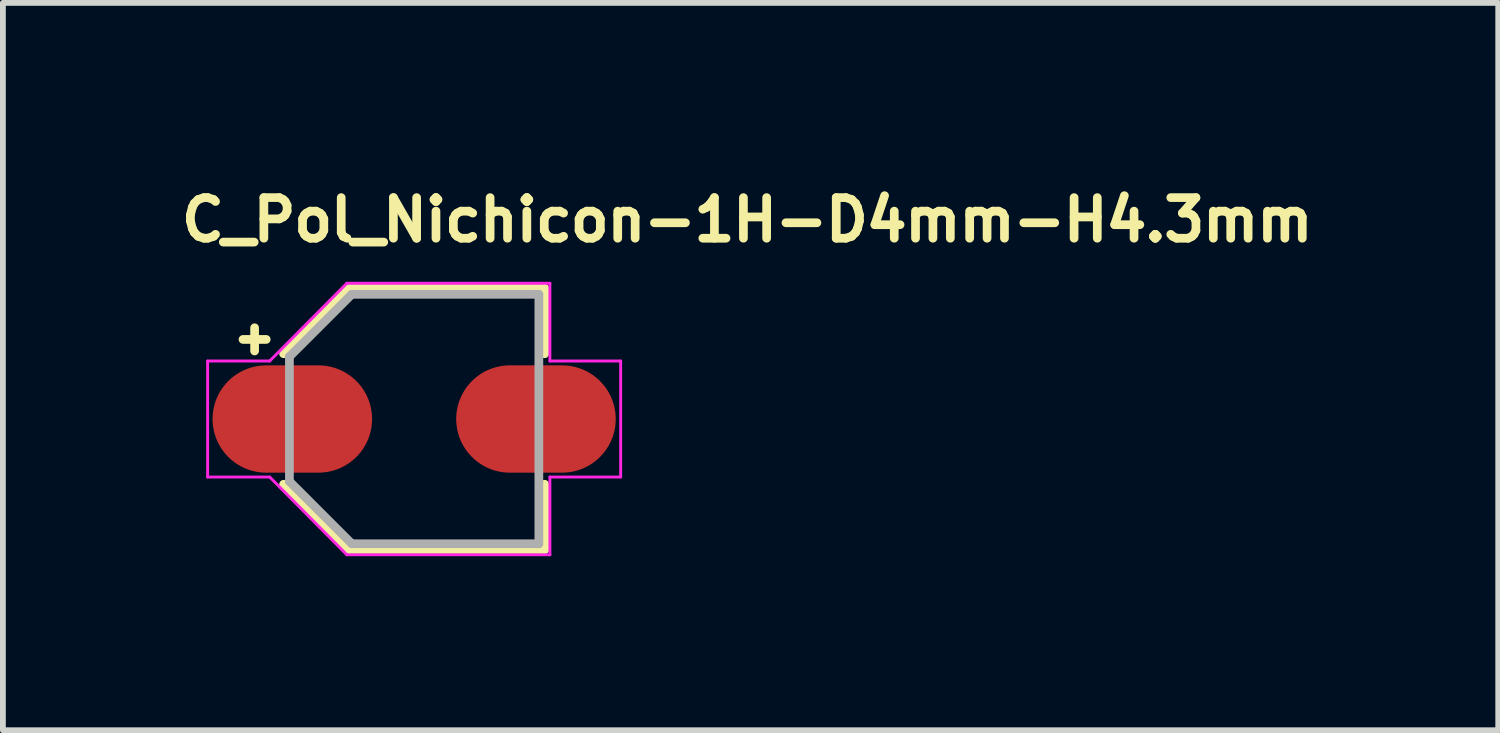
<source format=kicad_pcb>
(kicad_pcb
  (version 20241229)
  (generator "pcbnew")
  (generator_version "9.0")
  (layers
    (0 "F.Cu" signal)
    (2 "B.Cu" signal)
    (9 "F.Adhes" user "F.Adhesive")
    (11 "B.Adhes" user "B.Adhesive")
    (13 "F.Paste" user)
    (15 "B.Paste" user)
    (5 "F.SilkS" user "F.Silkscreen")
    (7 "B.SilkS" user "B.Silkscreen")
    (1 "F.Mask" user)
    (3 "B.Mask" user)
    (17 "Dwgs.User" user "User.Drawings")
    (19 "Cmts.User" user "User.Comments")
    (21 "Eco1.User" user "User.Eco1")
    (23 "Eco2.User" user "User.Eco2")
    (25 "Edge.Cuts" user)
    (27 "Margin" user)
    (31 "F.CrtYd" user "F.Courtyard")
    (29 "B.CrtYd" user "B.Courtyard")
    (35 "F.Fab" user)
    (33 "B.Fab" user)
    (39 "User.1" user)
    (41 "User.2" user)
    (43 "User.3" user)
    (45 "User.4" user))
  (footprint "C_Pol_Nichicon-1H-D4mm-H4.3mm"
    (layer "F.Cu")
    (at 4.089 4.173)
    (property "Reference" "C_Pol_Nichicon-1H-D4mm-H4.3mm" (at -4.089 -3.023 0) (layer "F.SilkS") (effects (font (size 0.7 0.7) (thickness 0.15)) (justify left bottom)))
    (attr smd)
    (fp_line (start -2.95 -1.372) (end -2.55 -1.372) (stroke (width 0.15) (type solid)) (layer "F.SilkS"))
    (fp_line (start -2.75 -1.573) (end -2.75 -1.173) (stroke (width 0.15) (type solid)) (layer "F.SilkS"))
    (fp_line (start -2.25 1.125) (end -1.125 2.25) (stroke (width 0.15) (type solid)) (layer "F.SilkS"))
    (fp_line (start -1.125 -2.25) (end -2.25 -1.125) (stroke (width 0.15) (type solid)) (layer "F.SilkS"))
    (fp_line (start -1.125 2.25) (end 2.25 2.25) (stroke (width 0.15) (type solid)) (layer "F.SilkS"))
    (fp_line (start 2.25 -2.25) (end -1.125 -2.25) (stroke (width 0.15) (type solid)) (layer "F.SilkS"))
    (fp_line (start 2.25 -1.125) (end 2.25 -2.25) (stroke (width 0.15) (type solid)) (layer "F.SilkS"))
    (fp_line (start 2.25 1.125) (end 2.25 2.25) (stroke (width 0.15) (type solid)) (layer "F.SilkS"))
    (fp_line (start -3.56 -1) (end -3.56 1) (stroke (width 0.05) (type solid)) (layer "F.CrtYd"))
    (fp_line (start -3.56 1) (end -2.49 1) (stroke (width 0.05) (type solid)) (layer "F.CrtYd"))
    (fp_line (start -2.49 -1) (end -3.56 -1) (stroke (width 0.05) (type solid)) (layer "F.CrtYd"))
    (fp_line (start -2.49 -1) (end -1.16 -2.34) (stroke (width 0.05) (type solid)) (layer "F.CrtYd"))
    (fp_line (start -2.49 1) (end -1.16 2.34) (stroke (width 0.05) (type solid)) (layer "F.CrtYd"))
    (fp_line (start 2.34 -2.34) (end -1.16 -2.34) (stroke (width 0.05) (type solid)) (layer "F.CrtYd"))
    (fp_line (start 2.34 -1) (end 2.34 -2.34) (stroke (width 0.05) (type solid)) (layer "F.CrtYd"))
    (fp_line (start 2.34 1) (end 3.56 1) (stroke (width 0.05) (type solid)) (layer "F.CrtYd"))
    (fp_line (start 2.34 2.34) (end -1.16 2.34) (stroke (width 0.05) (type solid)) (layer "F.CrtYd"))
    (fp_line (start 2.34 2.34) (end 2.34 1) (stroke (width 0.05) (type solid)) (layer "F.CrtYd"))
    (fp_line (start 3.56 -1) (end 2.34 -1) (stroke (width 0.05) (type solid)) (layer "F.CrtYd"))
    (fp_line (start 3.56 1) (end 3.56 -1) (stroke (width 0.05) (type solid)) (layer "F.CrtYd"))
    (fp_line (start -2.15 -1.075) (end -2.15 1.075) (stroke (width 0.15) (type solid)) (layer "F.Fab"))
    (fp_line (start -2.15 1.075) (end -1.075 2.15) (stroke (width 0.15) (type solid)) (layer "F.Fab"))
    (fp_line (start -1.075 -2.15) (end -2.15 -1.075) (stroke (width 0.15) (type solid)) (layer "F.Fab"))
    (fp_line (start -1.075 2.15) (end 2.15 2.15) (stroke (width 0.15) (type solid)) (layer "F.Fab"))
    (fp_line (start 2.15 -2.15) (end -1.075 -2.15) (stroke (width 0.15) (type solid)) (layer "F.Fab"))
    (fp_line (start 2.15 2.15) (end 2.15 -2.15) (stroke (width 0.15) (type solid)) (layer "F.Fab"))
    (fp_rect (start -2.75 -2.25) (end 2.75 2.25) (stroke (width 0.1) (type solid)) (fill no) (layer "User.5"))
    (fp_line (start -2.75 -0.4) (end -2.25 -0.4) (stroke (width 0.02) (type solid)) (layer "User.9"))
    (fp_line (start -2.75 0.4) (end -2.75 -0.4) (stroke (width 0.02) (type solid)) (layer "User.9"))
    (fp_line (start -2.75 0.4) (end -2.25 0.4) (stroke (width 0.02) (type solid)) (layer "User.9"))
    (fp_line (start -2.25 -1.125) (end -2.25 -0.586) (stroke (width 0.02) (type solid)) (layer "User.9"))
    (fp_line (start -2.25 -0.586) (end -2.25 0.586) (stroke (width 0.02) (type solid)) (layer "User.9"))
    (fp_line (start -2.25 0.586) (end -2.25 1.125) (stroke (width 0.02) (type solid)) (layer "User.9"))
    (fp_line (start -2.25 0.586) (end -2.205 0.736) (stroke (width 0.02) (type solid)) (layer "User.9"))
    (fp_line (start -2.25 1.125) (end -1.125 2.25) (stroke (width 0.02) (type solid)) (layer "User.9"))
    (fp_line (start -2.205 -0.736) (end -2.25 -0.586) (stroke (width 0.02) (type solid)) (layer "User.9"))
    (fp_line (start -2.205 0.736) (end -2.151 0.883) (stroke (width 0.02) (type solid)) (layer "User.9"))
    (fp_line (start -2.151 -0.883) (end -2.205 -0.736) (stroke (width 0.02) (type solid)) (layer "User.9"))
    (fp_line (start -2.151 0.883) (end -2.087 1.024) (stroke (width 0.02) (type solid)) (layer "User.9"))
    (fp_line (start -2.1 0) (end -2.1 0) (stroke (width 0.02) (type solid)) (layer "User.9"))
    (fp_line (start -2.1 0) (end -2.097 0.108) (stroke (width 0.02) (type solid)) (layer "User.9"))
    (fp_line (start -2.097 -0.108) (end -2.1 0) (stroke (width 0.02) (type solid)) (layer "User.9"))
    (fp_line (start -2.097 0.108) (end -2.089 0.215) (stroke (width 0.02) (type solid)) (layer "User.9"))
    (fp_line (start -2.089 -0.215) (end -2.097 -0.108) (stroke (width 0.02) (type solid)) (layer "User.9"))
    (fp_line (start -2.089 0.215) (end -2.076 0.32) (stroke (width 0.02) (type solid)) (layer "User.9"))
    (fp_line (start -2.087 -1.024) (end -2.151 -0.883) (stroke (width 0.02) (type solid)) (layer "User.9"))
    (fp_line (start -2.087 1.024) (end -2.015 1.16) (stroke (width 0.02) (type solid)) (layer "User.9"))
    (fp_line (start -2.076 -0.32) (end -2.089 -0.215) (stroke (width 0.02) (type solid)) (layer "User.9"))
    (fp_line (start -2.076 0.32) (end -2.057 0.423) (stroke (width 0.02) (type solid)) (layer "User.9"))
    (fp_line (start -2.057 -0.423) (end -2.076 -0.32) (stroke (width 0.02) (type solid)) (layer "User.9"))
    (fp_line (start -2.057 0.423) (end -2.034 0.525) (stroke (width 0.02) (type solid)) (layer "User.9"))
    (fp_line (start -2.034 -0.525) (end -2.057 -0.423) (stroke (width 0.02) (type solid)) (layer "User.9"))
    (fp_line (start -2.034 0.525) (end -2.006 0.624) (stroke (width 0.02) (type solid)) (layer "User.9"))
    (fp_line (start -2.015 -1.16) (end -2.087 -1.024) (stroke (width 0.02) (type solid)) (layer "User.9"))
    (fp_line (start -2.015 1.16) (end -1.934 1.29) (stroke (width 0.02) (type solid)) (layer "User.9"))
    (fp_line (start -2.006 -0.624) (end -2.034 -0.525) (stroke (width 0.02) (type solid)) (layer "User.9"))
    (fp_line (start -2.006 0.624) (end -1.973 0.722) (stroke (width 0.02) (type solid)) (layer "User.9"))
    (fp_line (start -1.973 -0.722) (end -2.006 -0.624) (stroke (width 0.02) (type solid)) (layer "User.9"))
    (fp_line (start -1.973 0.722) (end -1.935 0.817) (stroke (width 0.02) (type solid)) (layer "User.9"))
    (fp_line (start -1.935 -0.817) (end -1.973 -0.722) (stroke (width 0.02) (type solid)) (layer "User.9"))
    (fp_line (start -1.935 0.817) (end -1.893 0.91) (stroke (width 0.02) (type solid)) (layer "User.9"))
    (fp_line (start -1.934 -1.29) (end -2.015 -1.16) (stroke (width 0.02) (type solid)) (layer "User.9"))
    (fp_line (start -1.934 1.29) (end -1.845 1.415) (stroke (width 0.02) (type solid)) (layer "User.9"))
    (fp_line (start -1.893 -0.91) (end -1.935 -0.817) (stroke (width 0.02) (type solid)) (layer "User.9"))
    (fp_line (start -1.893 0.91) (end -1.847 1.001) (stroke (width 0.02) (type solid)) (layer "User.9"))
    (fp_line (start -1.847 -1.001) (end -1.893 -0.91) (stroke (width 0.02) (type solid)) (layer "User.9"))
    (fp_line (start -1.847 1.001) (end -1.796 1.089) (stroke (width 0.02) (type solid)) (layer "User.9"))
    (fp_line (start -1.845 -1.415) (end -1.934 -1.29) (stroke (width 0.02) (type solid)) (layer "User.9"))
    (fp_line (start -1.845 1.415) (end -1.748 1.533) (stroke (width 0.02) (type solid)) (layer "User.9"))
    (fp_line (start -1.796 -1.089) (end -1.847 -1.001) (stroke (width 0.02) (type solid)) (layer "User.9"))
    (fp_line (start -1.796 1.089) (end -1.741 1.174) (stroke (width 0.02) (type solid)) (layer "User.9"))
    (fp_line (start -1.748 -1.533) (end -1.845 -1.415) (stroke (width 0.02) (type solid)) (layer "User.9"))
    (fp_line (start -1.748 1.533) (end -1.644 1.644) (stroke (width 0.02) (type solid)) (layer "User.9"))
    (fp_line (start -1.741 -1.174) (end -1.796 -1.089) (stroke (width 0.02) (type solid)) (layer "User.9"))
    (fp_line (start -1.741 1.174) (end -1.683 1.256) (stroke (width 0.02) (type solid)) (layer "User.9"))
    (fp_line (start -1.683 -1.256) (end -1.741 -1.174) (stroke (width 0.02) (type solid)) (layer "User.9"))
    (fp_line (start -1.683 1.256) (end -1.62 1.336) (stroke (width 0.02) (type solid)) (layer "User.9"))
    (fp_line (start -1.644 -1.644) (end -1.748 -1.533) (stroke (width 0.02) (type solid)) (layer "User.9"))
    (fp_line (start -1.644 1.644) (end -1.533 1.748) (stroke (width 0.02) (type solid)) (layer "User.9"))
    (fp_line (start -1.62 -1.336) (end -1.683 -1.256) (stroke (width 0.02) (type solid)) (layer "User.9"))
    (fp_line (start -1.62 1.336) (end -1.554 1.412) (stroke (width 0.02) (type solid)) (layer "User.9"))
    (fp_line (start -1.554 -1.412) (end -1.62 -1.336) (stroke (width 0.02) (type solid)) (layer "User.9"))
    (fp_line (start -1.554 1.412) (end -1.485 1.485) (stroke (width 0.02) (type solid)) (layer "User.9"))
    (fp_line (start -1.533 -1.748) (end -1.644 -1.644) (stroke (width 0.02) (type solid)) (layer "User.9"))
    (fp_line (start -1.533 1.748) (end -1.415 1.845) (stroke (width 0.02) (type solid)) (layer "User.9"))
    (fp_line (start -1.485 -1.485) (end -1.554 -1.412) (stroke (width 0.02) (type solid)) (layer "User.9"))
    (fp_line (start -1.485 1.485) (end -1.412 1.554) (stroke (width 0.02) (type solid)) (layer "User.9"))
    (fp_line (start -1.415 -1.845) (end -1.533 -1.748) (stroke (width 0.02) (type solid)) (layer "User.9"))
    (fp_line (start -1.415 1.845) (end -1.29 1.934) (stroke (width 0.02) (type solid)) (layer "User.9"))
    (fp_line (start -1.412 -1.554) (end -1.485 -1.485) (stroke (width 0.02) (type solid)) (layer "User.9"))
    (fp_line (start -1.412 1.554) (end -1.336 1.62) (stroke (width 0.02) (type solid)) (layer "User.9"))
    (fp_line (start -1.336 -1.62) (end -1.412 -1.554) (stroke (width 0.02) (type solid)) (layer "User.9"))
    (fp_line (start -1.336 1.62) (end -1.256 1.683) (stroke (width 0.02) (type solid)) (layer "User.9"))
    (fp_line (start -1.29 -1.934) (end -1.415 -1.845) (stroke (width 0.02) (type solid)) (layer "User.9"))
    (fp_line (start -1.29 1.934) (end -1.16 2.015) (stroke (width 0.02) (type solid)) (layer "User.9"))
    (fp_line (start -1.256 -1.683) (end -1.336 -1.62) (stroke (width 0.02) (type solid)) (layer "User.9"))
    (fp_line (start -1.256 1.683) (end -1.174 1.741) (stroke (width 0.02) (type solid)) (layer "User.9"))
    (fp_line (start -1.174 -1.741) (end -1.256 -1.683) (stroke (width 0.02) (type solid)) (layer "User.9"))
    (fp_line (start -1.174 1.741) (end -1.089 1.796) (stroke (width 0.02) (type solid)) (layer "User.9"))
    (fp_line (start -1.16 -2.015) (end -1.29 -1.934) (stroke (width 0.02) (type solid)) (layer "User.9"))
    (fp_line (start -1.16 2.015) (end -1.024 2.087) (stroke (width 0.02) (type solid)) (layer "User.9"))
    (fp_line (start -1.125 -2.25) (end -2.25 -1.125) (stroke (width 0.02) (type solid)) (layer "User.9"))
    (fp_line (start -1.125 2.25) (end -0.586 2.25) (stroke (width 0.02) (type solid)) (layer "User.9"))
    (fp_line (start -1.089 -1.796) (end -1.174 -1.741) (stroke (width 0.02) (type solid)) (layer "User.9"))
    (fp_line (start -1.089 1.796) (end -1.001 1.847) (stroke (width 0.02) (type solid)) (layer "User.9"))
    (fp_line (start -1.024 -2.087) (end -1.16 -2.015) (stroke (width 0.02) (type solid)) (layer "User.9"))
    (fp_line (start -1.024 2.087) (end -0.883 2.151) (stroke (width 0.02) (type solid)) (layer "User.9"))
    (fp_line (start -1.001 -1.847) (end -1.089 -1.796) (stroke (width 0.02) (type solid)) (layer "User.9"))
    (fp_line (start -1.001 1.847) (end -0.91 1.893) (stroke (width 0.02) (type solid)) (layer "User.9"))
    (fp_line (start -0.91 -1.893) (end -1.001 -1.847) (stroke (width 0.02) (type solid)) (layer "User.9"))
    (fp_line (start -0.91 1.893) (end -0.817 1.935) (stroke (width 0.02) (type solid)) (layer "User.9"))
    (fp_line (start -0.883 -2.151) (end -1.024 -2.087) (stroke (width 0.02) (type solid)) (layer "User.9"))
    (fp_line (start -0.883 2.151) (end -0.736 2.205) (stroke (width 0.02) (type solid)) (layer "User.9"))
    (fp_line (start -0.817 -1.935) (end -0.91 -1.893) (stroke (width 0.02) (type solid)) (layer "User.9"))
    (fp_line (start -0.817 1.935) (end -0.722 1.973) (stroke (width 0.02) (type solid)) (layer "User.9"))
    (fp_line (start -0.736 -2.205) (end -0.883 -2.151) (stroke (width 0.02) (type solid)) (layer "User.9"))
    (fp_line (start -0.736 2.205) (end -0.586 2.25) (stroke (width 0.02) (type solid)) (layer "User.9"))
    (fp_line (start -0.722 -1.973) (end -0.817 -1.935) (stroke (width 0.02) (type solid)) (layer "User.9"))
    (fp_line (start -0.722 1.973) (end -0.624 2.006) (stroke (width 0.02) (type solid)) (layer "User.9"))
    (fp_line (start -0.624 -2.006) (end -0.722 -1.973) (stroke (width 0.02) (type solid)) (layer "User.9"))
    (fp_line (start -0.624 2.006) (end -0.525 2.034) (stroke (width 0.02) (type solid)) (layer "User.9"))
    (fp_line (start -0.586 -2.25) (end -1.125 -2.25) (stroke (width 0.02) (type solid)) (layer "User.9"))
    (fp_line (start -0.586 -2.25) (end -0.736 -2.205) (stroke (width 0.02) (type solid)) (layer "User.9"))
    (fp_line (start -0.586 2.25) (end 0.586 2.25) (stroke (width 0.02) (type solid)) (layer "User.9"))
    (fp_line (start -0.525 -2.034) (end -0.624 -2.006) (stroke (width 0.02) (type solid)) (layer "User.9"))
    (fp_line (start -0.525 2.034) (end -0.423 2.057) (stroke (width 0.02) (type solid)) (layer "User.9"))
    (fp_line (start -0.423 -2.057) (end -0.525 -2.034) (stroke (width 0.02) (type solid)) (layer "User.9"))
    (fp_line (start -0.423 2.057) (end -0.32 2.076) (stroke (width 0.02) (type solid)) (layer "User.9"))
    (fp_line (start -0.32 -2.076) (end -0.423 -2.057) (stroke (width 0.02) (type solid)) (layer "User.9"))
    (fp_line (start -0.32 2.076) (end -0.215 2.089) (stroke (width 0.02) (type solid)) (layer "User.9"))
    (fp_line (start -0.215 -2.089) (end -0.32 -2.076) (stroke (width 0.02) (type solid)) (layer "User.9"))
    (fp_line (start -0.215 2.089) (end -0.108 2.097) (stroke (width 0.02) (type solid)) (layer "User.9"))
    (fp_line (start -0.108 -2.097) (end -0.215 -2.089) (stroke (width 0.02) (type solid)) (layer "User.9"))
    (fp_line (start -0.108 2.097) (end 0 2.1) (stroke (width 0.02) (type solid)) (layer "User.9"))
    (fp_line (start 0 -2.1) (end -0.108 -2.097) (stroke (width 0.02) (type solid)) (layer "User.9"))
    (fp_line (start 0 -2.1) (end 0 -2.1) (stroke (width 0.02) (type solid)) (layer "User.9"))
    (fp_line (start 0 2.1) (end 0 2.1) (stroke (width 0.02) (type solid)) (layer "User.9"))
    (fp_line (start 0 2.1) (end 0.108 2.097) (stroke (width 0.02) (type solid)) (layer "User.9"))
    (fp_line (start 0.108 -2.097) (end 0 -2.1) (stroke (width 0.02) (type solid)) (layer "User.9"))
    (fp_line (start 0.108 2.097) (end 0.215 2.089) (stroke (width 0.02) (type solid)) (layer "User.9"))
    (fp_line (start 0.215 -2.089) (end 0.108 -2.097) (stroke (width 0.02) (type solid)) (layer "User.9"))
    (fp_line (start 0.215 2.089) (end 0.32 2.076) (stroke (width 0.02) (type solid)) (layer "User.9"))
    (fp_line (start 0.32 -2.076) (end 0.215 -2.089) (stroke (width 0.02) (type solid)) (layer "User.9"))
    (fp_line (start 0.32 2.076) (end 0.423 2.057) (stroke (width 0.02) (type solid)) (layer "User.9"))
    (fp_line (start 0.423 -2.057) (end 0.32 -2.076) (stroke (width 0.02) (type solid)) (layer "User.9"))
    (fp_line (start 0.423 2.057) (end 0.525 2.034) (stroke (width 0.02) (type solid)) (layer "User.9"))
    (fp_line (start 0.525 -2.034) (end 0.423 -2.057) (stroke (width 0.02) (type solid)) (layer "User.9"))
    (fp_line (start 0.525 2.034) (end 0.624 2.006) (stroke (width 0.02) (type solid)) (layer "User.9"))
    (fp_line (start 0.586 -2.25) (end -0.586 -2.25) (stroke (width 0.02) (type solid)) (layer "User.9"))
    (fp_line (start 0.586 2.25) (end 0.736 2.205) (stroke (width 0.02) (type solid)) (layer "User.9"))
    (fp_line (start 0.586 2.25) (end 2.25 2.25) (stroke (width 0.02) (type solid)) (layer "User.9"))
    (fp_line (start 0.624 -2.006) (end 0.525 -2.034) (stroke (width 0.02) (type solid)) (layer "User.9"))
    (fp_line (start 0.624 2.006) (end 0.722 1.973) (stroke (width 0.02) (type solid)) (layer "User.9"))
    (fp_line (start 0.722 -1.973) (end 0.624 -2.006) (stroke (width 0.02) (type solid)) (layer "User.9"))
    (fp_line (start 0.722 1.973) (end 0.817 1.935) (stroke (width 0.02) (type solid)) (layer "User.9"))
    (fp_line (start 0.736 -2.205) (end 0.586 -2.25) (stroke (width 0.02) (type solid)) (layer "User.9"))
    (fp_line (start 0.736 2.205) (end 0.883 2.151) (stroke (width 0.02) (type solid)) (layer "User.9"))
    (fp_line (start 0.817 -1.935) (end 0.722 -1.973) (stroke (width 0.02) (type solid)) (layer "User.9"))
    (fp_line (start 0.817 1.935) (end 0.91 1.893) (stroke (width 0.02) (type solid)) (layer "User.9"))
    (fp_line (start 0.883 -2.151) (end 0.736 -2.205) (stroke (width 0.02) (type solid)) (layer "User.9"))
    (fp_line (start 0.883 2.151) (end 1.024 2.087) (stroke (width 0.02) (type solid)) (layer "User.9"))
    (fp_line (start 0.91 -1.893) (end 0.817 -1.935) (stroke (width 0.02) (type solid)) (layer "User.9"))
    (fp_line (start 0.91 1.893) (end 1.001 1.847) (stroke (width 0.02) (type solid)) (layer "User.9"))
    (fp_line (start 1.001 -1.847) (end 0.91 -1.893) (stroke (width 0.02) (type solid)) (layer "User.9"))
    (fp_line (start 1.001 1.847) (end 1.089 1.796) (stroke (width 0.02) (type solid)) (layer "User.9"))
    (fp_line (start 1.024 -2.087) (end 0.883 -2.151) (stroke (width 0.02) (type solid)) (layer "User.9"))
    (fp_line (start 1.024 2.087) (end 1.16 2.015) (stroke (width 0.02) (type solid)) (layer "User.9"))
    (fp_line (start 1.089 -1.796) (end 1.001 -1.847) (stroke (width 0.02) (type solid)) (layer "User.9"))
    (fp_line (start 1.089 1.796) (end 1.174 1.741) (stroke (width 0.02) (type solid)) (layer "User.9"))
    (fp_line (start 1.16 -2.015) (end 1.024 -2.087) (stroke (width 0.02) (type solid)) (layer "User.9"))
    (fp_line (start 1.16 2.015) (end 1.29 1.934) (stroke (width 0.02) (type solid)) (layer "User.9"))
    (fp_line (start 1.174 -1.741) (end 1.089 -1.796) (stroke (width 0.02) (type solid)) (layer "User.9"))
    (fp_line (start 1.174 1.741) (end 1.256 1.683) (stroke (width 0.02) (type solid)) (layer "User.9"))
    (fp_line (start 1.256 -1.683) (end 1.174 -1.741) (stroke (width 0.02) (type solid)) (layer "User.9"))
    (fp_line (start 1.256 1.683) (end 1.336 1.62) (stroke (width 0.02) (type solid)) (layer "User.9"))
    (fp_line (start 1.29 -1.934) (end 1.16 -2.015) (stroke (width 0.02) (type solid)) (layer "User.9"))
    (fp_line (start 1.29 1.934) (end 1.415 1.845) (stroke (width 0.02) (type solid)) (layer "User.9"))
    (fp_line (start 1.336 -1.62) (end 1.256 -1.683) (stroke (width 0.02) (type solid)) (layer "User.9"))
    (fp_line (start 1.336 1.62) (end 1.412 1.554) (stroke (width 0.02) (type solid)) (layer "User.9"))
    (fp_line (start 1.412 -1.554) (end 1.336 -1.62) (stroke (width 0.02) (type solid)) (layer "User.9"))
    (fp_line (start 1.412 1.554) (end 1.485 1.485) (stroke (width 0.02) (type solid)) (layer "User.9"))
    (fp_line (start 1.415 -1.845) (end 1.29 -1.934) (stroke (width 0.02) (type solid)) (layer "User.9"))
    (fp_line (start 1.415 1.845) (end 1.533 1.748) (stroke (width 0.02) (type solid)) (layer "User.9"))
    (fp_line (start 1.485 -1.485) (end 1.412 -1.554) (stroke (width 0.02) (type solid)) (layer "User.9"))
    (fp_line (start 1.485 1.485) (end 1.554 1.412) (stroke (width 0.02) (type solid)) (layer "User.9"))
    (fp_line (start 1.533 -1.748) (end 1.415 -1.845) (stroke (width 0.02) (type solid)) (layer "User.9"))
    (fp_line (start 1.533 1.748) (end 1.644 1.644) (stroke (width 0.02) (type solid)) (layer "User.9"))
    (fp_line (start 1.554 -1.412) (end 1.485 -1.485) (stroke (width 0.02) (type solid)) (layer "User.9"))
    (fp_line (start 1.554 1.412) (end 1.62 1.336) (stroke (width 0.02) (type solid)) (layer "User.9"))
    (fp_line (start 1.62 -1.336) (end 1.554 -1.412) (stroke (width 0.02) (type solid)) (layer "User.9"))
    (fp_line (start 1.62 1.336) (end 1.683 1.256) (stroke (width 0.02) (type solid)) (layer "User.9"))
    (fp_line (start 1.644 -1.644) (end 1.533 -1.748) (stroke (width 0.02) (type solid)) (layer "User.9"))
    (fp_line (start 1.644 1.644) (end 1.748 1.533) (stroke (width 0.02) (type solid)) (layer "User.9"))
    (fp_line (start 1.683 -1.256) (end 1.62 -1.336) (stroke (width 0.02) (type solid)) (layer "User.9"))
    (fp_line (start 1.683 1.256) (end 1.741 1.174) (stroke (width 0.02) (type solid)) (layer "User.9"))
    (fp_line (start 1.741 -1.174) (end 1.683 -1.256) (stroke (width 0.02) (type solid)) (layer "User.9"))
    (fp_line (start 1.741 1.174) (end 1.796 1.089) (stroke (width 0.02) (type solid)) (layer "User.9"))
    (fp_line (start 1.748 -1.533) (end 1.644 -1.644) (stroke (width 0.02) (type solid)) (layer "User.9"))
    (fp_line (start 1.748 1.533) (end 1.845 1.415) (stroke (width 0.02) (type solid)) (layer "User.9"))
    (fp_line (start 1.796 -1.089) (end 1.741 -1.174) (stroke (width 0.02) (type solid)) (layer "User.9"))
    (fp_line (start 1.796 1.089) (end 1.847 1.001) (stroke (width 0.02) (type solid)) (layer "User.9"))
    (fp_line (start 1.845 -1.415) (end 1.748 -1.533) (stroke (width 0.02) (type solid)) (layer "User.9"))
    (fp_line (start 1.845 1.415) (end 1.934 1.29) (stroke (width 0.02) (type solid)) (layer "User.9"))
    (fp_line (start 1.847 -1.001) (end 1.796 -1.089) (stroke (width 0.02) (type solid)) (layer "User.9"))
    (fp_line (start 1.847 1.001) (end 1.893 0.91) (stroke (width 0.02) (type solid)) (layer "User.9"))
    (fp_line (start 1.893 -0.91) (end 1.847 -1.001) (stroke (width 0.02) (type solid)) (layer "User.9"))
    (fp_line (start 1.893 0.91) (end 1.935 0.817) (stroke (width 0.02) (type solid)) (layer "User.9"))
    (fp_line (start 1.934 -1.29) (end 1.845 -1.415) (stroke (width 0.02) (type solid)) (layer "User.9"))
    (fp_line (start 1.934 1.29) (end 2.015 1.16) (stroke (width 0.02) (type solid)) (layer "User.9"))
    (fp_line (start 1.935 -0.817) (end 1.893 -0.91) (stroke (width 0.02) (type solid)) (layer "User.9"))
    (fp_line (start 1.935 0.817) (end 1.973 0.722) (stroke (width 0.02) (type solid)) (layer "User.9"))
    (fp_line (start 1.973 -0.722) (end 1.935 -0.817) (stroke (width 0.02) (type solid)) (layer "User.9"))
    (fp_line (start 1.973 0.722) (end 2.006 0.624) (stroke (width 0.02) (type solid)) (layer "User.9"))
    (fp_line (start 2.006 -0.624) (end 1.973 -0.722) (stroke (width 0.02) (type solid)) (layer "User.9"))
    (fp_line (start 2.006 0.624) (end 2.034 0.525) (stroke (width 0.02) (type solid)) (layer "User.9"))
    (fp_line (start 2.015 -1.16) (end 1.934 -1.29) (stroke (width 0.02) (type solid)) (layer "User.9"))
    (fp_line (start 2.015 1.16) (end 2.087 1.024) (stroke (width 0.02) (type solid)) (layer "User.9"))
    (fp_line (start 2.034 -0.525) (end 2.006 -0.624) (stroke (width 0.02) (type solid)) (layer "User.9"))
    (fp_line (start 2.034 0.525) (end 2.057 0.423) (stroke (width 0.02) (type solid)) (layer "User.9"))
    (fp_line (start 2.057 -0.423) (end 2.034 -0.525) (stroke (width 0.02) (type solid)) (layer "User.9"))
    (fp_line (start 2.057 0.423) (end 2.076 0.32) (stroke (width 0.02) (type solid)) (layer "User.9"))
    (fp_line (start 2.076 -0.32) (end 2.057 -0.423) (stroke (width 0.02) (type solid)) (layer "User.9"))
    (fp_line (start 2.076 0.32) (end 2.089 0.215) (stroke (width 0.02) (type solid)) (layer "User.9"))
    (fp_line (start 2.087 -1.024) (end 2.015 -1.16) (stroke (width 0.02) (type solid)) (layer "User.9"))
    (fp_line (start 2.087 1.024) (end 2.151 0.883) (stroke (width 0.02) (type solid)) (layer "User.9"))
    (fp_line (start 2.089 -0.215) (end 2.076 -0.32) (stroke (width 0.02) (type solid)) (layer "User.9"))
    (fp_line (start 2.089 0.215) (end 2.097 0.108) (stroke (width 0.02) (type solid)) (layer "User.9"))
    (fp_line (start 2.097 -0.108) (end 2.089 -0.215) (stroke (width 0.02) (type solid)) (layer "User.9"))
    (fp_line (start 2.097 0.108) (end 2.1 0) (stroke (width 0.02) (type solid)) (layer "User.9"))
    (fp_line (start 2.1 0) (end 2.097 -0.108) (stroke (width 0.02) (type solid)) (layer "User.9"))
    (fp_line (start 2.1 0) (end 2.1 0) (stroke (width 0.02) (type solid)) (layer "User.9"))
    (fp_line (start 2.1 0) (end 2.1 0) (stroke (width 0.02) (type solid)) (layer "User.9"))
    (fp_line (start 2.151 -0.883) (end 2.087 -1.024) (stroke (width 0.02) (type solid)) (layer "User.9"))
    (fp_line (start 2.151 0.883) (end 2.205 0.736) (stroke (width 0.02) (type solid)) (layer "User.9"))
    (fp_line (start 2.205 -0.736) (end 2.151 -0.883) (stroke (width 0.02) (type solid)) (layer "User.9"))
    (fp_line (start 2.205 0.736) (end 2.25 0.586) (stroke (width 0.02) (type solid)) (layer "User.9"))
    (fp_line (start 2.25 -2.25) (end 0.586 -2.25) (stroke (width 0.02) (type solid)) (layer "User.9"))
    (fp_line (start 2.25 -0.586) (end 2.205 -0.736) (stroke (width 0.02) (type solid)) (layer "User.9"))
    (fp_line (start 2.25 -0.586) (end 2.25 -2.25) (stroke (width 0.02) (type solid)) (layer "User.9"))
    (fp_line (start 2.25 -0.4) (end 2.75 -0.4) (stroke (width 0.02) (type solid)) (layer "User.9"))
    (fp_line (start 2.25 0.4) (end 2.75 0.4) (stroke (width 0.02) (type solid)) (layer "User.9"))
    (fp_line (start 2.25 0.586) (end 2.25 -0.586) (stroke (width 0.02) (type solid)) (layer "User.9"))
    (fp_line (start 2.25 2.25) (end 2.25 0.586) (stroke (width 0.02) (type solid)) (layer "User.9"))
    (fp_line (start 2.75 0.4) (end 2.75 -0.4) (stroke (width 0.02) (type solid)) (layer "User.9"))
    (pad "1" smd oval (at -2.1 0 90) (size 1.85 2.75) (layers "F.Cu" "F.Mask" "F.Paste"))
    (pad "2" smd oval (at 2.1 0 90) (size 1.85 2.75) (layers "F.Cu" "F.Mask" "F.Paste")))
  (gr_rect
    (start -3 -3)
    (end 22.777 9.538)
    (stroke (width 0.1) (type default))
    (fill no)
    (layer "Edge.Cuts")))
</source>
